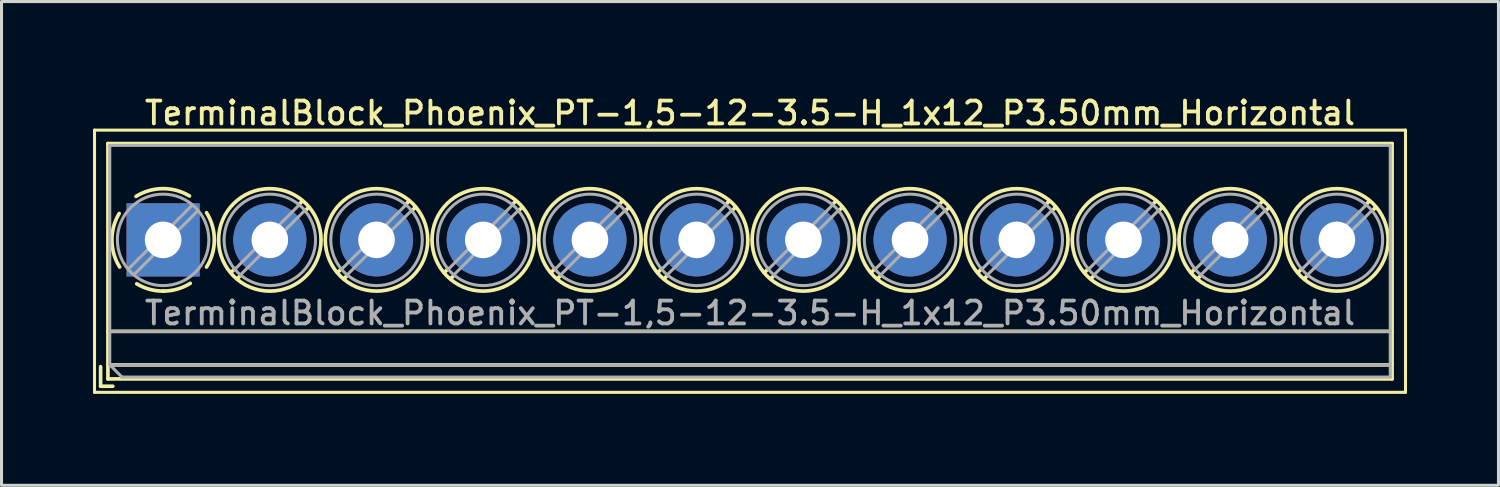
<source format=kicad_pcb>
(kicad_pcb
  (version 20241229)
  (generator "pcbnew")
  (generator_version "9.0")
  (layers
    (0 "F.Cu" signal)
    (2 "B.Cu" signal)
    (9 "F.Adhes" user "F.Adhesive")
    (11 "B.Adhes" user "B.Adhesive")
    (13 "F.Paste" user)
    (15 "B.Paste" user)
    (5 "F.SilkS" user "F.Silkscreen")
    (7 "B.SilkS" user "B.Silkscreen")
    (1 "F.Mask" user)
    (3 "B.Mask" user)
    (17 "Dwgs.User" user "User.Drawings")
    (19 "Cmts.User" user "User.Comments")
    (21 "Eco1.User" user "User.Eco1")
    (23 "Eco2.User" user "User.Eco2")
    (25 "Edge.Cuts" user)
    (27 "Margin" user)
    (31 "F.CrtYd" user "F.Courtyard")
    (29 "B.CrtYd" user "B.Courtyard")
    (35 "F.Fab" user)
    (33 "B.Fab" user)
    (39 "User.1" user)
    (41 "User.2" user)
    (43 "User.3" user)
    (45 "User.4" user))
  (footprint "TerminalBlock_Phoenix_PT-1,5-12-3.5-H_1x12_P3.50mm_Horizontal"
    (layer "F.Cu")
    (at 2.3 4.818)
    (property "Reference" "TerminalBlock_Phoenix_PT-1,5-12-3.5-H_1x12_P3.50mm_Horizontal" (at 19.25 -4.16 0) (layer "F.SilkS") (effects (font (size 0.75 0.75) (thickness 0.125))))
    (attr through_hole)
    (fp_line (start -2.25 -3.6) (end -2.25 5) (stroke (width 0.1) (type solid)) (layer "F.SilkS"))
    (fp_line (start -2.25 5) (end 40.75 5) (stroke (width 0.1) (type solid)) (layer "F.SilkS"))
    (fp_line (start -2.05 4.16) (end -2.05 4.8) (stroke (width 0.12) (type solid)) (layer "F.SilkS"))
    (fp_line (start -2.05 4.8) (end -1.65 4.8) (stroke (width 0.12) (type solid)) (layer "F.SilkS"))
    (fp_line (start -1.81 -3.16) (end -1.81 4.56) (stroke (width 0.12) (type solid)) (layer "F.SilkS"))
    (fp_line (start -1.81 -3.16) (end 40.31 -3.16) (stroke (width 0.12) (type solid)) (layer "F.SilkS"))
    (fp_line (start -1.81 3) (end 40.31 3) (stroke (width 0.12) (type solid)) (layer "F.SilkS"))
    (fp_line (start -1.81 4.1) (end 40.31 4.1) (stroke (width 0.12) (type solid)) (layer "F.SilkS"))
    (fp_line (start -1.81 4.56) (end 40.31 4.56) (stroke (width 0.12) (type solid)) (layer "F.SilkS"))
    (fp_line (start 2.355 0.941) (end 2.226 1.069) (stroke (width 0.12) (type solid)) (layer "F.SilkS"))
    (fp_line (start 2.525 1.181) (end 2.431 1.274) (stroke (width 0.12) (type solid)) (layer "F.SilkS"))
    (fp_line (start 4.57 -1.275) (end 4.476 -1.181) (stroke (width 0.12) (type solid)) (layer "F.SilkS"))
    (fp_line (start 4.775 -1.069) (end 4.646 -0.941) (stroke (width 0.12) (type solid)) (layer "F.SilkS"))
    (fp_line (start 5.855 0.941) (end 5.726 1.069) (stroke (width 0.12) (type solid)) (layer "F.SilkS"))
    (fp_line (start 6.025 1.181) (end 5.931 1.274) (stroke (width 0.12) (type solid)) (layer "F.SilkS"))
    (fp_line (start 8.07 -1.275) (end 7.976 -1.181) (stroke (width 0.12) (type solid)) (layer "F.SilkS"))
    (fp_line (start 8.275 -1.069) (end 8.146 -0.941) (stroke (width 0.12) (type solid)) (layer "F.SilkS"))
    (fp_line (start 9.355 0.941) (end 9.226 1.069) (stroke (width 0.12) (type solid)) (layer "F.SilkS"))
    (fp_line (start 9.525 1.181) (end 9.431 1.274) (stroke (width 0.12) (type solid)) (layer "F.SilkS"))
    (fp_line (start 11.57 -1.275) (end 11.476 -1.181) (stroke (width 0.12) (type solid)) (layer "F.SilkS"))
    (fp_line (start 11.775 -1.069) (end 11.646 -0.941) (stroke (width 0.12) (type solid)) (layer "F.SilkS"))
    (fp_line (start 12.855 0.941) (end 12.726 1.069) (stroke (width 0.12) (type solid)) (layer "F.SilkS"))
    (fp_line (start 13.025 1.181) (end 12.931 1.274) (stroke (width 0.12) (type solid)) (layer "F.SilkS"))
    (fp_line (start 15.07 -1.275) (end 14.976 -1.181) (stroke (width 0.12) (type solid)) (layer "F.SilkS"))
    (fp_line (start 15.275 -1.069) (end 15.146 -0.941) (stroke (width 0.12) (type solid)) (layer "F.SilkS"))
    (fp_line (start 16.355 0.941) (end 16.226 1.069) (stroke (width 0.12) (type solid)) (layer "F.SilkS"))
    (fp_line (start 16.525 1.181) (end 16.431 1.274) (stroke (width 0.12) (type solid)) (layer "F.SilkS"))
    (fp_line (start 18.57 -1.275) (end 18.476 -1.181) (stroke (width 0.12) (type solid)) (layer "F.SilkS"))
    (fp_line (start 18.775 -1.069) (end 18.646 -0.941) (stroke (width 0.12) (type solid)) (layer "F.SilkS"))
    (fp_line (start 19.855 0.941) (end 19.726 1.069) (stroke (width 0.12) (type solid)) (layer "F.SilkS"))
    (fp_line (start 20.025 1.181) (end 19.931 1.274) (stroke (width 0.12) (type solid)) (layer "F.SilkS"))
    (fp_line (start 22.07 -1.275) (end 21.976 -1.181) (stroke (width 0.12) (type solid)) (layer "F.SilkS"))
    (fp_line (start 22.275 -1.069) (end 22.146 -0.941) (stroke (width 0.12) (type solid)) (layer "F.SilkS"))
    (fp_line (start 23.355 0.941) (end 23.226 1.069) (stroke (width 0.12) (type solid)) (layer "F.SilkS"))
    (fp_line (start 23.525 1.181) (end 23.431 1.274) (stroke (width 0.12) (type solid)) (layer "F.SilkS"))
    (fp_line (start 25.57 -1.275) (end 25.476 -1.181) (stroke (width 0.12) (type solid)) (layer "F.SilkS"))
    (fp_line (start 25.775 -1.069) (end 25.646 -0.941) (stroke (width 0.12) (type solid)) (layer "F.SilkS"))
    (fp_line (start 26.855 0.941) (end 26.726 1.069) (stroke (width 0.12) (type solid)) (layer "F.SilkS"))
    (fp_line (start 27.025 1.181) (end 26.931 1.274) (stroke (width 0.12) (type solid)) (layer "F.SilkS"))
    (fp_line (start 29.07 -1.275) (end 28.976 -1.181) (stroke (width 0.12) (type solid)) (layer "F.SilkS"))
    (fp_line (start 29.275 -1.069) (end 29.146 -0.941) (stroke (width 0.12) (type solid)) (layer "F.SilkS"))
    (fp_line (start 30.355 0.941) (end 30.226 1.069) (stroke (width 0.12) (type solid)) (layer "F.SilkS"))
    (fp_line (start 30.525 1.181) (end 30.431 1.274) (stroke (width 0.12) (type solid)) (layer "F.SilkS"))
    (fp_line (start 32.57 -1.275) (end 32.476 -1.181) (stroke (width 0.12) (type solid)) (layer "F.SilkS"))
    (fp_line (start 32.775 -1.069) (end 32.646 -0.941) (stroke (width 0.12) (type solid)) (layer "F.SilkS"))
    (fp_line (start 33.855 0.941) (end 33.726 1.069) (stroke (width 0.12) (type solid)) (layer "F.SilkS"))
    (fp_line (start 34.025 1.181) (end 33.931 1.274) (stroke (width 0.12) (type solid)) (layer "F.SilkS"))
    (fp_line (start 36.07 -1.275) (end 35.976 -1.181) (stroke (width 0.12) (type solid)) (layer "F.SilkS"))
    (fp_line (start 36.275 -1.069) (end 36.146 -0.941) (stroke (width 0.12) (type solid)) (layer "F.SilkS"))
    (fp_line (start 37.355 0.941) (end 37.226 1.069) (stroke (width 0.12) (type solid)) (layer "F.SilkS"))
    (fp_line (start 37.525 1.181) (end 37.431 1.274) (stroke (width 0.12) (type solid)) (layer "F.SilkS"))
    (fp_line (start 39.57 -1.275) (end 39.476 -1.181) (stroke (width 0.12) (type solid)) (layer "F.SilkS"))
    (fp_line (start 39.775 -1.069) (end 39.646 -0.941) (stroke (width 0.12) (type solid)) (layer "F.SilkS"))
    (fp_line (start 40.31 -3.16) (end 40.31 4.56) (stroke (width 0.12) (type solid)) (layer "F.SilkS"))
    (fp_line (start 40.75 -3.6) (end -2.25 -3.6) (stroke (width 0.1) (type solid)) (layer "F.SilkS"))
    (fp_line (start 40.75 5) (end 40.75 -3.6) (stroke (width 0.1) (type solid)) (layer "F.SilkS"))
    (fp_arc (start -1.425358 0.889894) (mid -1.680286 0.014012) (end -1.44 -0.866) (stroke (width 0.12) (type solid)) (layer "F.SilkS"))
    (fp_arc (start -0.889894 -1.425358) (mid -0.014012 -1.680286) (end 0.866 -1.44) (stroke (width 0.12) (type solid)) (layer "F.SilkS"))
    (fp_arc (start 0.028674 1.680099) (mid -0.435535 1.622918) (end -0.866 1.44) (stroke (width 0.12) (type solid)) (layer "F.SilkS"))
    (fp_arc (start 0.890264 1.424721) (mid 0.463071 1.61492) (end 0 1.68) (stroke (width 0.12) (type solid)) (layer "F.SilkS"))
    (fp_arc (start 1.425504 -0.890193) (mid 1.680626 0.000476) (end 1.425 0.891) (stroke (width 0.12) (type solid)) (layer "F.SilkS"))
    (fp_circle (center 3.5 0) (end 5.18 0) (stroke (width 0.12) (type solid)) (fill no) (layer "F.SilkS"))
    (fp_circle (center 7 0) (end 8.68 0) (stroke (width 0.12) (type solid)) (fill no) (layer "F.SilkS"))
    (fp_circle (center 10.5 0) (end 12.18 0) (stroke (width 0.12) (type solid)) (fill no) (layer "F.SilkS"))
    (fp_circle (center 14 0) (end 15.68 0) (stroke (width 0.12) (type solid)) (fill no) (layer "F.SilkS"))
    (fp_circle (center 17.5 0) (end 19.18 0) (stroke (width 0.12) (type solid)) (fill no) (layer "F.SilkS"))
    (fp_circle (center 21 0) (end 22.68 0) (stroke (width 0.12) (type solid)) (fill no) (layer "F.SilkS"))
    (fp_circle (center 24.5 0) (end 26.18 0) (stroke (width 0.12) (type solid)) (fill no) (layer "F.SilkS"))
    (fp_circle (center 28 0) (end 29.68 0) (stroke (width 0.12) (type solid)) (fill no) (layer "F.SilkS"))
    (fp_circle (center 31.5 0) (end 33.18 0) (stroke (width 0.12) (type solid)) (fill no) (layer "F.SilkS"))
    (fp_circle (center 35 0) (end 36.68 0) (stroke (width 0.12) (type solid)) (fill no) (layer "F.SilkS"))
    (fp_circle (center 38.5 0) (end 40.18 0) (stroke (width 0.12) (type solid)) (fill no) (layer "F.SilkS"))
    (fp_line (start -1.75 -3.1) (end 40.25 -3.1) (stroke (width 0.1) (type solid)) (layer "F.Fab"))
    (fp_line (start -1.75 3) (end 40.25 3) (stroke (width 0.1) (type solid)) (layer "F.Fab"))
    (fp_line (start -1.75 4.1) (end -1.75 -3.1) (stroke (width 0.1) (type solid)) (layer "F.Fab"))
    (fp_line (start -1.75 4.1) (end 40.25 4.1) (stroke (width 0.1) (type solid)) (layer "F.Fab"))
    (fp_line (start -1.35 4.5) (end -1.75 4.1) (stroke (width 0.1) (type solid)) (layer "F.Fab"))
    (fp_line (start 0.955 -1.138) (end -1.138 0.955) (stroke (width 0.1) (type solid)) (layer "F.Fab"))
    (fp_line (start 1.138 -0.955) (end -0.955 1.138) (stroke (width 0.1) (type solid)) (layer "F.Fab"))
    (fp_line (start 4.455 -1.138) (end 2.363 0.955) (stroke (width 0.1) (type solid)) (layer "F.Fab"))
    (fp_line (start 4.638 -0.955) (end 2.546 1.138) (stroke (width 0.1) (type solid)) (layer "F.Fab"))
    (fp_line (start 7.955 -1.138) (end 5.863 0.955) (stroke (width 0.1) (type solid)) (layer "F.Fab"))
    (fp_line (start 8.138 -0.955) (end 6.046 1.138) (stroke (width 0.1) (type solid)) (layer "F.Fab"))
    (fp_line (start 11.455 -1.138) (end 9.363 0.955) (stroke (width 0.1) (type solid)) (layer "F.Fab"))
    (fp_line (start 11.638 -0.955) (end 9.546 1.138) (stroke (width 0.1) (type solid)) (layer "F.Fab"))
    (fp_line (start 14.955 -1.138) (end 12.863 0.955) (stroke (width 0.1) (type solid)) (layer "F.Fab"))
    (fp_line (start 15.138 -0.955) (end 13.046 1.138) (stroke (width 0.1) (type solid)) (layer "F.Fab"))
    (fp_line (start 18.455 -1.138) (end 16.363 0.955) (stroke (width 0.1) (type solid)) (layer "F.Fab"))
    (fp_line (start 18.638 -0.955) (end 16.546 1.138) (stroke (width 0.1) (type solid)) (layer "F.Fab"))
    (fp_line (start 21.955 -1.138) (end 19.863 0.955) (stroke (width 0.1) (type solid)) (layer "F.Fab"))
    (fp_line (start 22.138 -0.955) (end 20.046 1.138) (stroke (width 0.1) (type solid)) (layer "F.Fab"))
    (fp_line (start 25.455 -1.138) (end 23.363 0.955) (stroke (width 0.1) (type solid)) (layer "F.Fab"))
    (fp_line (start 25.638 -0.955) (end 23.546 1.138) (stroke (width 0.1) (type solid)) (layer "F.Fab"))
    (fp_line (start 28.955 -1.138) (end 26.863 0.955) (stroke (width 0.1) (type solid)) (layer "F.Fab"))
    (fp_line (start 29.138 -0.955) (end 27.046 1.138) (stroke (width 0.1) (type solid)) (layer "F.Fab"))
    (fp_line (start 32.455 -1.138) (end 30.363 0.955) (stroke (width 0.1) (type solid)) (layer "F.Fab"))
    (fp_line (start 32.638 -0.955) (end 30.546 1.138) (stroke (width 0.1) (type solid)) (layer "F.Fab"))
    (fp_line (start 35.955 -1.138) (end 33.863 0.955) (stroke (width 0.1) (type solid)) (layer "F.Fab"))
    (fp_line (start 36.138 -0.955) (end 34.046 1.138) (stroke (width 0.1) (type solid)) (layer "F.Fab"))
    (fp_line (start 39.455 -1.138) (end 37.363 0.955) (stroke (width 0.1) (type solid)) (layer "F.Fab"))
    (fp_line (start 39.638 -0.955) (end 37.546 1.138) (stroke (width 0.1) (type solid)) (layer "F.Fab"))
    (fp_line (start 40.25 -3.1) (end 40.25 4.5) (stroke (width 0.1) (type solid)) (layer "F.Fab"))
    (fp_line (start 40.25 4.5) (end -1.35 4.5) (stroke (width 0.1) (type solid)) (layer "F.Fab"))
    (fp_circle (center 0 0) (end 1.5 0) (stroke (width 0.1) (type solid)) (fill no) (layer "F.Fab"))
    (fp_circle (center 3.5 0) (end 5 0) (stroke (width 0.1) (type solid)) (fill no) (layer "F.Fab"))
    (fp_circle (center 7 0) (end 8.5 0) (stroke (width 0.1) (type solid)) (fill no) (layer "F.Fab"))
    (fp_circle (center 10.5 0) (end 12 0) (stroke (width 0.1) (type solid)) (fill no) (layer "F.Fab"))
    (fp_circle (center 14 0) (end 15.5 0) (stroke (width 0.1) (type solid)) (fill no) (layer "F.Fab"))
    (fp_circle (center 17.5 0) (end 19 0) (stroke (width 0.1) (type solid)) (fill no) (layer "F.Fab"))
    (fp_circle (center 21 0) (end 22.5 0) (stroke (width 0.1) (type solid)) (fill no) (layer "F.Fab"))
    (fp_circle (center 24.5 0) (end 26 0) (stroke (width 0.1) (type solid)) (fill no) (layer "F.Fab"))
    (fp_circle (center 28 0) (end 29.5 0) (stroke (width 0.1) (type solid)) (fill no) (layer "F.Fab"))
    (fp_circle (center 31.5 0) (end 33 0) (stroke (width 0.1) (type solid)) (fill no) (layer "F.Fab"))
    (fp_circle (center 35 0) (end 36.5 0) (stroke (width 0.1) (type solid)) (fill no) (layer "F.Fab"))
    (fp_circle (center 38.5 0) (end 40 0) (stroke (width 0.1) (type solid)) (fill no) (layer "F.Fab"))
    (fp_text user "${REFERENCE}" (at 19.25 2.4 0) (layer "F.Fab") (effects (font (size 0.75 0.75) (thickness 0.125))))
    (pad "1" thru_hole rect (at 0 0) (size 2.4 2.4) (drill 1.2) (layers "*.Cu" "*.Mask"))
    (pad "2" thru_hole circle (at 3.5 0) (size 2.4 2.4) (drill 1.2) (layers "*.Cu" "*.Mask"))
    (pad "3" thru_hole circle (at 7 0) (size 2.4 2.4) (drill 1.2) (layers "*.Cu" "*.Mask"))
    (pad "4" thru_hole circle (at 10.5 0) (size 2.4 2.4) (drill 1.2) (layers "*.Cu" "*.Mask"))
    (pad "5" thru_hole circle (at 14 0) (size 2.4 2.4) (drill 1.2) (layers "*.Cu" "*.Mask"))
    (pad "6" thru_hole circle (at 17.5 0) (size 2.4 2.4) (drill 1.2) (layers "*.Cu" "*.Mask"))
    (pad "7" thru_hole circle (at 21 0) (size 2.4 2.4) (drill 1.2) (layers "*.Cu" "*.Mask"))
    (pad "8" thru_hole circle (at 24.5 0) (size 2.4 2.4) (drill 1.2) (layers "*.Cu" "*.Mask"))
    (pad "9" thru_hole circle (at 28 0) (size 2.4 2.4) (drill 1.2) (layers "*.Cu" "*.Mask"))
    (pad "10" thru_hole circle (at 31.5 0) (size 2.4 2.4) (drill 1.2) (layers "*.Cu" "*.Mask"))
    (pad "11" thru_hole circle (at 35 0) (size 2.4 2.4) (drill 1.2) (layers "*.Cu" "*.Mask"))
    (pad "12" thru_hole circle (at 38.5 0) (size 2.4 2.4) (drill 1.2) (layers "*.Cu" "*.Mask")))
  (gr_rect
    (start -3 -3)
    (end 46.1 12.868)
    (stroke (width 0.1) (type default))
    (fill no)
    (layer "Edge.Cuts")))
</source>
